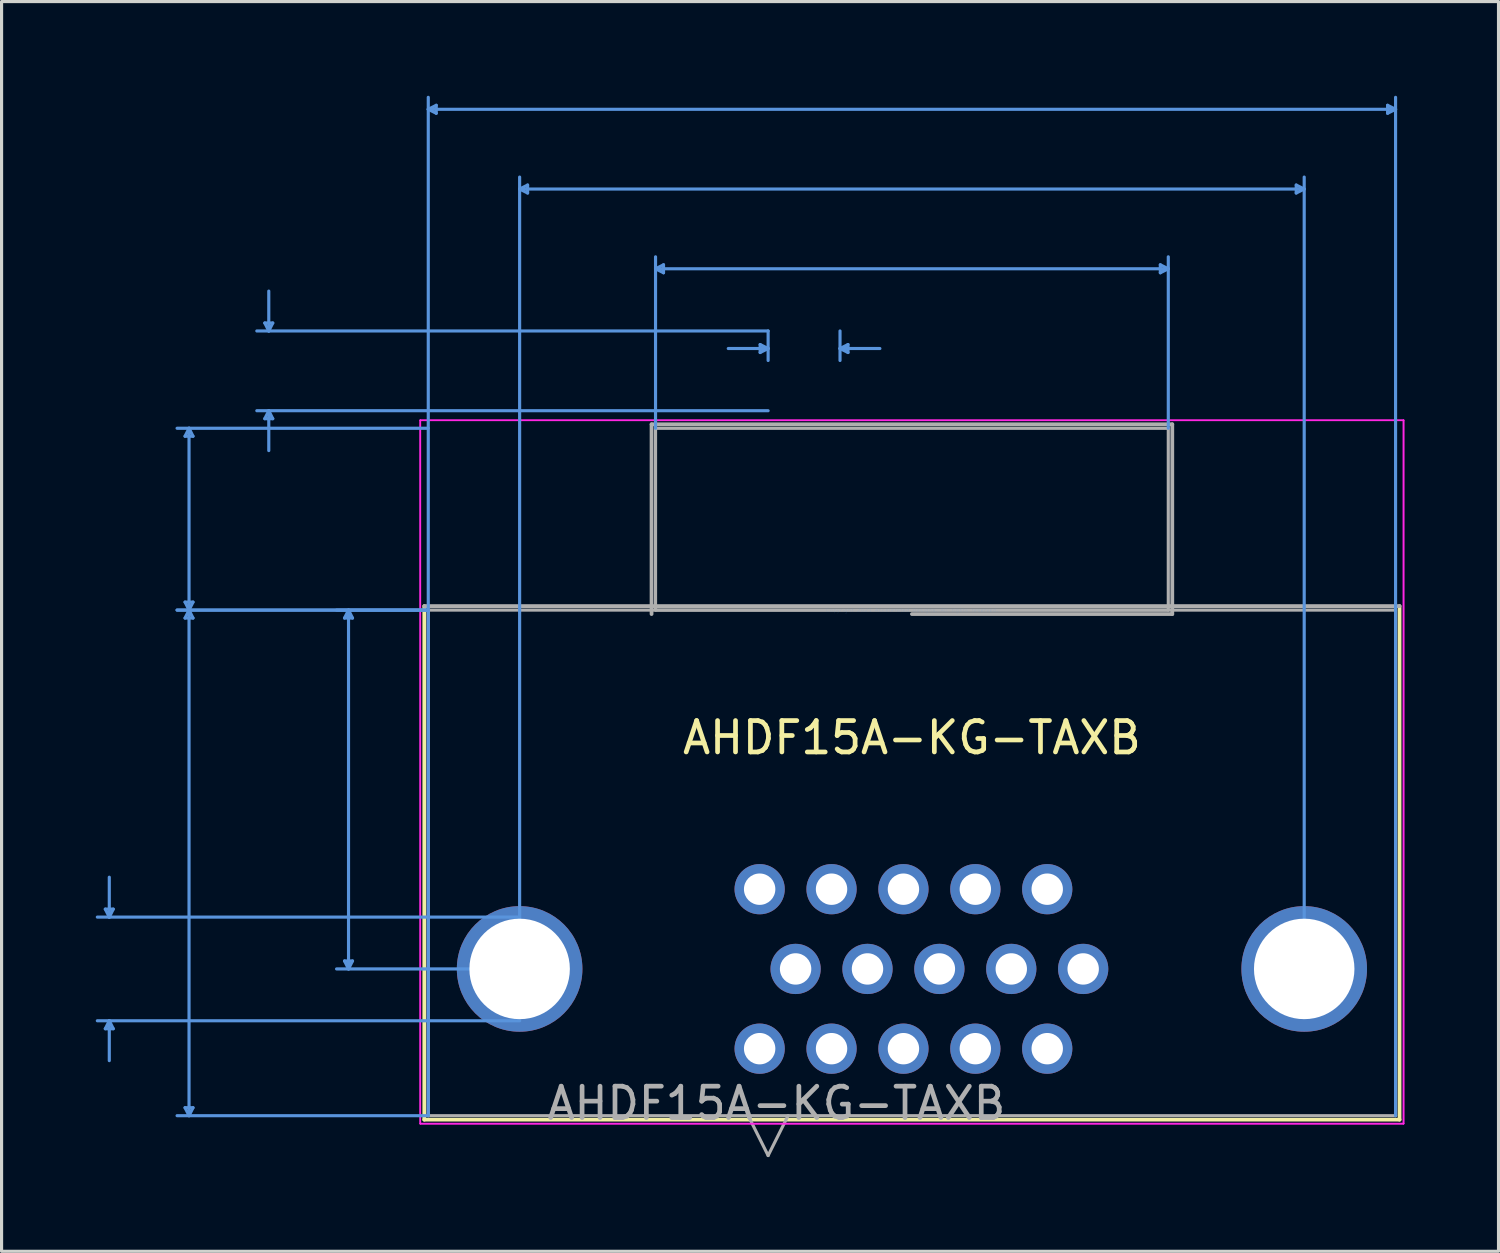
<source format=kicad_pcb>
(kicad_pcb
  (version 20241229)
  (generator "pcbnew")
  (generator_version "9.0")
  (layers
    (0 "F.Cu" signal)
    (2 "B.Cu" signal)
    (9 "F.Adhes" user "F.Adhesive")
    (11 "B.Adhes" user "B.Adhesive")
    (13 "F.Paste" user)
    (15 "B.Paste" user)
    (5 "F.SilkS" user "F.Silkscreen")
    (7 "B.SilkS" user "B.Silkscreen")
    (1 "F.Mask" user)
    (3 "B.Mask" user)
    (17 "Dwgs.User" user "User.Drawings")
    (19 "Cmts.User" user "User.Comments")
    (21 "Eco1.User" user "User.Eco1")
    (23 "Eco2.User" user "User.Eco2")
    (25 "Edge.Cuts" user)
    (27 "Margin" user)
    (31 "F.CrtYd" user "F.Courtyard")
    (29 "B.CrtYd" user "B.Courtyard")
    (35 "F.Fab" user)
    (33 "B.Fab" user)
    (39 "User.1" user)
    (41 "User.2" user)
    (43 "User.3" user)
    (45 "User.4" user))
  (footprint "AHDF15A-KG-TAXB"
    (layer "F.Cu")
    (at 25.996 16.382)
    (property "Reference" "AHDF15A-KG-TAXB" (at 0 4.064 180) (layer "F.SilkS") (effects (font (size 1 1) (thickness 0.15))))
    (attr through_hole)
    (fp_line (start -15.532 -0.127) (end -15.532 16.231) (stroke (width 0.12) (type solid)) (layer "F.SilkS"))
    (fp_line (start -15.532 16.231) (end 15.532 16.231) (stroke (width 0.12) (type solid)) (layer "F.SilkS"))
    (fp_line (start 15.532 16.231) (end 15.532 -0.127) (stroke (width 0.12) (type solid)) (layer "F.SilkS"))
    (fp_line (start -25.692 9.525) (end -25.438 9.525) (stroke (width 0.1) (type solid)) (layer "Cmts.User"))
    (fp_line (start -25.692 13.335) (end -25.438 13.335) (stroke (width 0.1) (type solid)) (layer "Cmts.User"))
    (fp_line (start -25.565 9.779) (end -25.692 9.525) (stroke (width 0.1) (type solid)) (layer "Cmts.User"))
    (fp_line (start -25.565 9.779) (end -25.565 8.509) (stroke (width 0.1) (type solid)) (layer "Cmts.User"))
    (fp_line (start -25.565 9.779) (end -25.438 9.525) (stroke (width 0.1) (type solid)) (layer "Cmts.User"))
    (fp_line (start -25.565 13.081) (end -25.692 13.335) (stroke (width 0.1) (type solid)) (layer "Cmts.User"))
    (fp_line (start -25.565 13.081) (end -25.565 14.351) (stroke (width 0.1) (type solid)) (layer "Cmts.User"))
    (fp_line (start -25.565 13.081) (end -25.438 13.335) (stroke (width 0.1) (type solid)) (layer "Cmts.User"))
    (fp_line (start -23.152 -5.537) (end -22.898 -5.537) (stroke (width 0.1) (type solid)) (layer "Cmts.User"))
    (fp_line (start -23.152 -0.254) (end -22.898 -0.254) (stroke (width 0.1) (type solid)) (layer "Cmts.User"))
    (fp_line (start -23.152 0.254) (end -22.898 0.254) (stroke (width 0.1) (type solid)) (layer "Cmts.User"))
    (fp_line (start -23.152 15.85) (end -22.898 15.85) (stroke (width 0.1) (type solid)) (layer "Cmts.User"))
    (fp_line (start -23.025 -5.791) (end -23.152 -5.537) (stroke (width 0.1) (type solid)) (layer "Cmts.User"))
    (fp_line (start -23.025 -5.791) (end -23.025 0) (stroke (width 0.1) (type solid)) (layer "Cmts.User"))
    (fp_line (start -23.025 -5.791) (end -22.898 -5.537) (stroke (width 0.1) (type solid)) (layer "Cmts.User"))
    (fp_line (start -23.025 0) (end -23.152 -0.254) (stroke (width 0.1) (type solid)) (layer "Cmts.User"))
    (fp_line (start -23.025 0) (end -23.152 0.254) (stroke (width 0.1) (type solid)) (layer "Cmts.User"))
    (fp_line (start -23.025 0) (end -23.025 16.104) (stroke (width 0.1) (type solid)) (layer "Cmts.User"))
    (fp_line (start -23.025 0) (end -22.898 -0.254) (stroke (width 0.1) (type solid)) (layer "Cmts.User"))
    (fp_line (start -23.025 0) (end -22.898 0.254) (stroke (width 0.1) (type solid)) (layer "Cmts.User"))
    (fp_line (start -23.025 16.104) (end -23.152 15.85) (stroke (width 0.1) (type solid)) (layer "Cmts.User"))
    (fp_line (start -23.025 16.104) (end -22.898 15.85) (stroke (width 0.1) (type solid)) (layer "Cmts.User"))
    (fp_line (start -20.612 -9.144) (end -20.358 -9.144) (stroke (width 0.1) (type solid)) (layer "Cmts.User"))
    (fp_line (start -20.612 -6.096) (end -20.358 -6.096) (stroke (width 0.1) (type solid)) (layer "Cmts.User"))
    (fp_line (start -20.485 -8.89) (end -20.612 -9.144) (stroke (width 0.1) (type solid)) (layer "Cmts.User"))
    (fp_line (start -20.485 -8.89) (end -20.485 -10.16) (stroke (width 0.1) (type solid)) (layer "Cmts.User"))
    (fp_line (start -20.485 -8.89) (end -20.358 -9.144) (stroke (width 0.1) (type solid)) (layer "Cmts.User"))
    (fp_line (start -20.485 -6.35) (end -20.612 -6.096) (stroke (width 0.1) (type solid)) (layer "Cmts.User"))
    (fp_line (start -20.485 -6.35) (end -20.485 -5.08) (stroke (width 0.1) (type solid)) (layer "Cmts.User"))
    (fp_line (start -20.485 -6.35) (end -20.358 -6.096) (stroke (width 0.1) (type solid)) (layer "Cmts.User"))
    (fp_line (start -18.072 0.254) (end -17.818 0.254) (stroke (width 0.1) (type solid)) (layer "Cmts.User"))
    (fp_line (start -18.072 11.176) (end -17.818 11.176) (stroke (width 0.1) (type solid)) (layer "Cmts.User"))
    (fp_line (start -17.945 0) (end -18.072 0.254) (stroke (width 0.1) (type solid)) (layer "Cmts.User"))
    (fp_line (start -17.945 0) (end -17.945 11.43) (stroke (width 0.1) (type solid)) (layer "Cmts.User"))
    (fp_line (start -17.945 0) (end -17.818 0.254) (stroke (width 0.1) (type solid)) (layer "Cmts.User"))
    (fp_line (start -17.945 11.43) (end -18.072 11.176) (stroke (width 0.1) (type solid)) (layer "Cmts.User"))
    (fp_line (start -17.945 11.43) (end -17.818 11.176) (stroke (width 0.1) (type solid)) (layer "Cmts.User"))
    (fp_line (start -15.405 -15.951) (end -15.151 -16.078) (stroke (width 0.1) (type solid)) (layer "Cmts.User"))
    (fp_line (start -15.405 -15.951) (end -15.151 -15.824) (stroke (width 0.1) (type solid)) (layer "Cmts.User"))
    (fp_line (start -15.405 -15.951) (end 15.405 -15.951) (stroke (width 0.1) (type solid)) (layer "Cmts.User"))
    (fp_line (start -15.405 -5.791) (end -23.406 -5.791) (stroke (width 0.1) (type solid)) (layer "Cmts.User"))
    (fp_line (start -15.405 0) (end -23.406 0) (stroke (width 0.1) (type solid)) (layer "Cmts.User"))
    (fp_line (start -15.405 0) (end -23.406 0) (stroke (width 0.1) (type solid)) (layer "Cmts.User"))
    (fp_line (start -15.405 0) (end -18.326 0) (stroke (width 0.1) (type solid)) (layer "Cmts.User"))
    (fp_line (start -15.405 16.104) (end -23.406 16.104) (stroke (width 0.1) (type solid)) (layer "Cmts.User"))
    (fp_line (start -15.405 16.104) (end -15.405 -16.332) (stroke (width 0.1) (type solid)) (layer "Cmts.User"))
    (fp_line (start -15.151 -16.078) (end -15.151 -15.824) (stroke (width 0.1) (type solid)) (layer "Cmts.User"))
    (fp_line (start -12.495 -13.411) (end -12.241 -13.538) (stroke (width 0.1) (type solid)) (layer "Cmts.User"))
    (fp_line (start -12.495 -13.411) (end -12.241 -13.284) (stroke (width 0.1) (type solid)) (layer "Cmts.User"))
    (fp_line (start -12.495 -13.411) (end 12.495 -13.411) (stroke (width 0.1) (type solid)) (layer "Cmts.User"))
    (fp_line (start -12.495 9.779) (end -25.946 9.779) (stroke (width 0.1) (type solid)) (layer "Cmts.User"))
    (fp_line (start -12.495 11.43) (end -18.326 11.43) (stroke (width 0.1) (type solid)) (layer "Cmts.User"))
    (fp_line (start -12.495 11.43) (end -12.495 -13.792) (stroke (width 0.1) (type solid)) (layer "Cmts.User"))
    (fp_line (start -12.495 13.081) (end -25.946 13.081) (stroke (width 0.1) (type solid)) (layer "Cmts.User"))
    (fp_line (start -12.241 -13.538) (end -12.241 -13.284) (stroke (width 0.1) (type solid)) (layer "Cmts.User"))
    (fp_line (start -8.166 -10.871) (end -7.912 -10.998) (stroke (width 0.1) (type solid)) (layer "Cmts.User"))
    (fp_line (start -8.166 -10.871) (end -7.912 -10.744) (stroke (width 0.1) (type solid)) (layer "Cmts.User"))
    (fp_line (start -8.166 -10.871) (end 8.166 -10.871) (stroke (width 0.1) (type solid)) (layer "Cmts.User"))
    (fp_line (start -8.166 -5.791) (end -8.166 -11.252) (stroke (width 0.1) (type solid)) (layer "Cmts.User"))
    (fp_line (start -7.912 -10.998) (end -7.912 -10.744) (stroke (width 0.1) (type solid)) (layer "Cmts.User"))
    (fp_line (start -4.834 -8.458) (end -4.834 -8.204) (stroke (width 0.1) (type solid)) (layer "Cmts.User"))
    (fp_line (start -4.58 -8.89) (end -20.866 -8.89) (stroke (width 0.1) (type solid)) (layer "Cmts.User"))
    (fp_line (start -4.58 -8.89) (end -4.58 -7.95) (stroke (width 0.1) (type solid)) (layer "Cmts.User"))
    (fp_line (start -4.58 -8.331) (end -5.85 -8.331) (stroke (width 0.1) (type solid)) (layer "Cmts.User"))
    (fp_line (start -4.58 -8.331) (end -4.834 -8.458) (stroke (width 0.1) (type solid)) (layer "Cmts.User"))
    (fp_line (start -4.58 -8.331) (end -4.834 -8.204) (stroke (width 0.1) (type solid)) (layer "Cmts.User"))
    (fp_line (start -4.58 -6.35) (end -20.866 -6.35) (stroke (width 0.1) (type solid)) (layer "Cmts.User"))
    (fp_line (start -2.29 -8.89) (end -2.29 -7.95) (stroke (width 0.1) (type solid)) (layer "Cmts.User"))
    (fp_line (start -2.29 -8.331) (end -2.036 -8.458) (stroke (width 0.1) (type solid)) (layer "Cmts.User"))
    (fp_line (start -2.29 -8.331) (end -2.036 -8.204) (stroke (width 0.1) (type solid)) (layer "Cmts.User"))
    (fp_line (start -2.29 -8.331) (end -1.02 -8.331) (stroke (width 0.1) (type solid)) (layer "Cmts.User"))
    (fp_line (start -2.036 -8.458) (end -2.036 -8.204) (stroke (width 0.1) (type solid)) (layer "Cmts.User"))
    (fp_line (start 7.912 -10.998) (end 7.912 -10.744) (stroke (width 0.1) (type solid)) (layer "Cmts.User"))
    (fp_line (start 8.166 -10.871) (end 7.912 -10.998) (stroke (width 0.1) (type solid)) (layer "Cmts.User"))
    (fp_line (start 8.166 -10.871) (end 7.912 -10.744) (stroke (width 0.1) (type solid)) (layer "Cmts.User"))
    (fp_line (start 8.166 -5.791) (end 8.166 -11.252) (stroke (width 0.1) (type solid)) (layer "Cmts.User"))
    (fp_line (start 12.241 -13.538) (end 12.241 -13.284) (stroke (width 0.1) (type solid)) (layer "Cmts.User"))
    (fp_line (start 12.495 -13.411) (end 12.241 -13.538) (stroke (width 0.1) (type solid)) (layer "Cmts.User"))
    (fp_line (start 12.495 -13.411) (end 12.241 -13.284) (stroke (width 0.1) (type solid)) (layer "Cmts.User"))
    (fp_line (start 12.495 11.43) (end 12.495 -13.792) (stroke (width 0.1) (type solid)) (layer "Cmts.User"))
    (fp_line (start 15.151 -16.078) (end 15.151 -15.824) (stroke (width 0.1) (type solid)) (layer "Cmts.User"))
    (fp_line (start 15.405 -15.951) (end 15.151 -16.078) (stroke (width 0.1) (type solid)) (layer "Cmts.User"))
    (fp_line (start 15.405 -15.951) (end 15.151 -15.824) (stroke (width 0.1) (type solid)) (layer "Cmts.User"))
    (fp_line (start 15.405 16.104) (end 15.405 -16.332) (stroke (width 0.1) (type solid)) (layer "Cmts.User"))
    (fp_line (start -15.659 -6.045) (end -15.659 16.358) (stroke (width 0.05) (type solid)) (layer "F.CrtYd"))
    (fp_line (start -15.659 -6.045) (end -15.659 16.358) (stroke (width 0.05) (type solid)) (layer "F.CrtYd"))
    (fp_line (start -15.659 16.358) (end 15.659 16.358) (stroke (width 0.05) (type solid)) (layer "F.CrtYd"))
    (fp_line (start -15.659 16.358) (end 15.659 16.358) (stroke (width 0.05) (type solid)) (layer "F.CrtYd"))
    (fp_line (start 15.659 -6.045) (end -15.659 -6.045) (stroke (width 0.05) (type solid)) (layer "F.CrtYd"))
    (fp_line (start 15.659 -6.045) (end -15.659 -6.045) (stroke (width 0.05) (type solid)) (layer "F.CrtYd"))
    (fp_line (start 15.659 16.358) (end 15.659 -6.045) (stroke (width 0.05) (type solid)) (layer "F.CrtYd"))
    (fp_line (start 15.659 16.358) (end 15.659 -6.045) (stroke (width 0.05) (type solid)) (layer "F.CrtYd"))
    (fp_line (start -15.405 0) (end -15.405 16.104) (stroke (width 0.1) (type solid)) (layer "F.Fab"))
    (fp_line (start -15.405 16.104) (end 15.405 16.104) (stroke (width 0.1) (type solid)) (layer "F.Fab"))
    (fp_line (start -8.293 -5.918) (end -8.293 0.127) (stroke (width 0.12) (type solid)) (layer "F.Fab"))
    (fp_line (start -8.166 -5.791) (end -8.166 0) (stroke (width 0.1) (type solid)) (layer "F.Fab"))
    (fp_line (start -8.166 0) (end 8.166 0) (stroke (width 0.1) (type solid)) (layer "F.Fab"))
    (fp_line (start -5.215 16.104) (end -4.58 17.374) (stroke (width 0.1) (type solid)) (layer "F.Fab"))
    (fp_line (start -3.945 16.104) (end -4.58 17.374) (stroke (width 0.1) (type solid)) (layer "F.Fab"))
    (fp_line (start 0 0.127) (end 8.293 0.127) (stroke (width 0.12) (type solid)) (layer "F.Fab"))
    (fp_line (start 8.166 -5.791) (end -8.166 -5.791) (stroke (width 0.1) (type solid)) (layer "F.Fab"))
    (fp_line (start 8.166 0) (end 8.166 -5.791) (stroke (width 0.1) (type solid)) (layer "F.Fab"))
    (fp_line (start 8.293 -5.918) (end -8.293 -5.918) (stroke (width 0.12) (type solid)) (layer "F.Fab"))
    (fp_line (start 8.293 0.127) (end 8.293 -5.918) (stroke (width 0.12) (type solid)) (layer "F.Fab"))
    (fp_line (start 15.405 0) (end -15.405 0) (stroke (width 0.1) (type solid)) (layer "F.Fab"))
    (fp_line (start 15.405 16.104) (end 15.405 0) (stroke (width 0.1) (type solid)) (layer "F.Fab"))
    (fp_line (start 15.532 -0.127) (end -15.532 -0.127) (stroke (width 0.12) (type solid)) (layer "F.Fab"))
    (fp_text user "Copyright 2021 Accelerated Designs. All rights reserved." (at 0 0 0) (layer "Cmts.User") (effects (font (size 0.127 0.127) (thickness 0.002))))
    (fp_text user "${REFERENCE}" (at -4.315 15.71 180) (layer "F.Fab") (effects (font (size 1 1) (thickness 0.15))))
    (pad "0" thru_hole circle (at -12.495 11.43) (size 4 4) (drill 3.2) (layers "*.Cu" "*.Mask"))
    (pad "0" thru_hole circle (at 12.495 11.43) (size 4 4) (drill 3.2) (layers "*.Cu" "*.Mask"))
    (pad "1" thru_hole circle (at -4.85 13.97) (size 1.6 1.6) (drill 1) (layers "*.Cu" "*.Mask"))
    (pad "2" thru_hole circle (at -2.56 13.97) (size 1.6 1.6) (drill 1) (layers "*.Cu" "*.Mask"))
    (pad "3" thru_hole circle (at -0.27 13.97) (size 1.6 1.6) (drill 1) (layers "*.Cu" "*.Mask"))
    (pad "4" thru_hole circle (at 2.02 13.97) (size 1.6 1.6) (drill 1) (layers "*.Cu" "*.Mask"))
    (pad "5" thru_hole circle (at 4.31 13.97) (size 1.6 1.6) (drill 1) (layers "*.Cu" "*.Mask"))
    (pad "6" thru_hole circle (at -3.705 11.43) (size 1.6 1.6) (drill 1) (layers "*.Cu" "*.Mask"))
    (pad "7" thru_hole circle (at -1.415 11.43) (size 1.6 1.6) (drill 1) (layers "*.Cu" "*.Mask"))
    (pad "8" thru_hole circle (at 0.875 11.43) (size 1.6 1.6) (drill 1) (layers "*.Cu" "*.Mask"))
    (pad "9" thru_hole circle (at 3.165 11.43) (size 1.6 1.6) (drill 1) (layers "*.Cu" "*.Mask"))
    (pad "10" thru_hole circle (at 5.455 11.43) (size 1.6 1.6) (drill 1) (layers "*.Cu" "*.Mask"))
    (pad "11" thru_hole circle (at -4.85 8.89) (size 1.6 1.6) (drill 1) (layers "*.Cu" "*.Mask"))
    (pad "12" thru_hole circle (at -2.56 8.89) (size 1.6 1.6) (drill 1) (layers "*.Cu" "*.Mask"))
    (pad "13" thru_hole circle (at -0.27 8.89) (size 1.6 1.6) (drill 1) (layers "*.Cu" "*.Mask"))
    (pad "14" thru_hole circle (at 2.02 8.89) (size 1.6 1.6) (drill 1) (layers "*.Cu" "*.Mask"))
    (pad "15" thru_hole circle (at 4.31 8.89) (size 1.6 1.6) (drill 1) (layers "*.Cu" "*.Mask")))
  (gr_rect
    (start -3 -3)
    (end 44.68 36.806)
    (stroke (width 0.1) (type default))
    (fill no)
    (layer "Edge.Cuts")))
</source>
